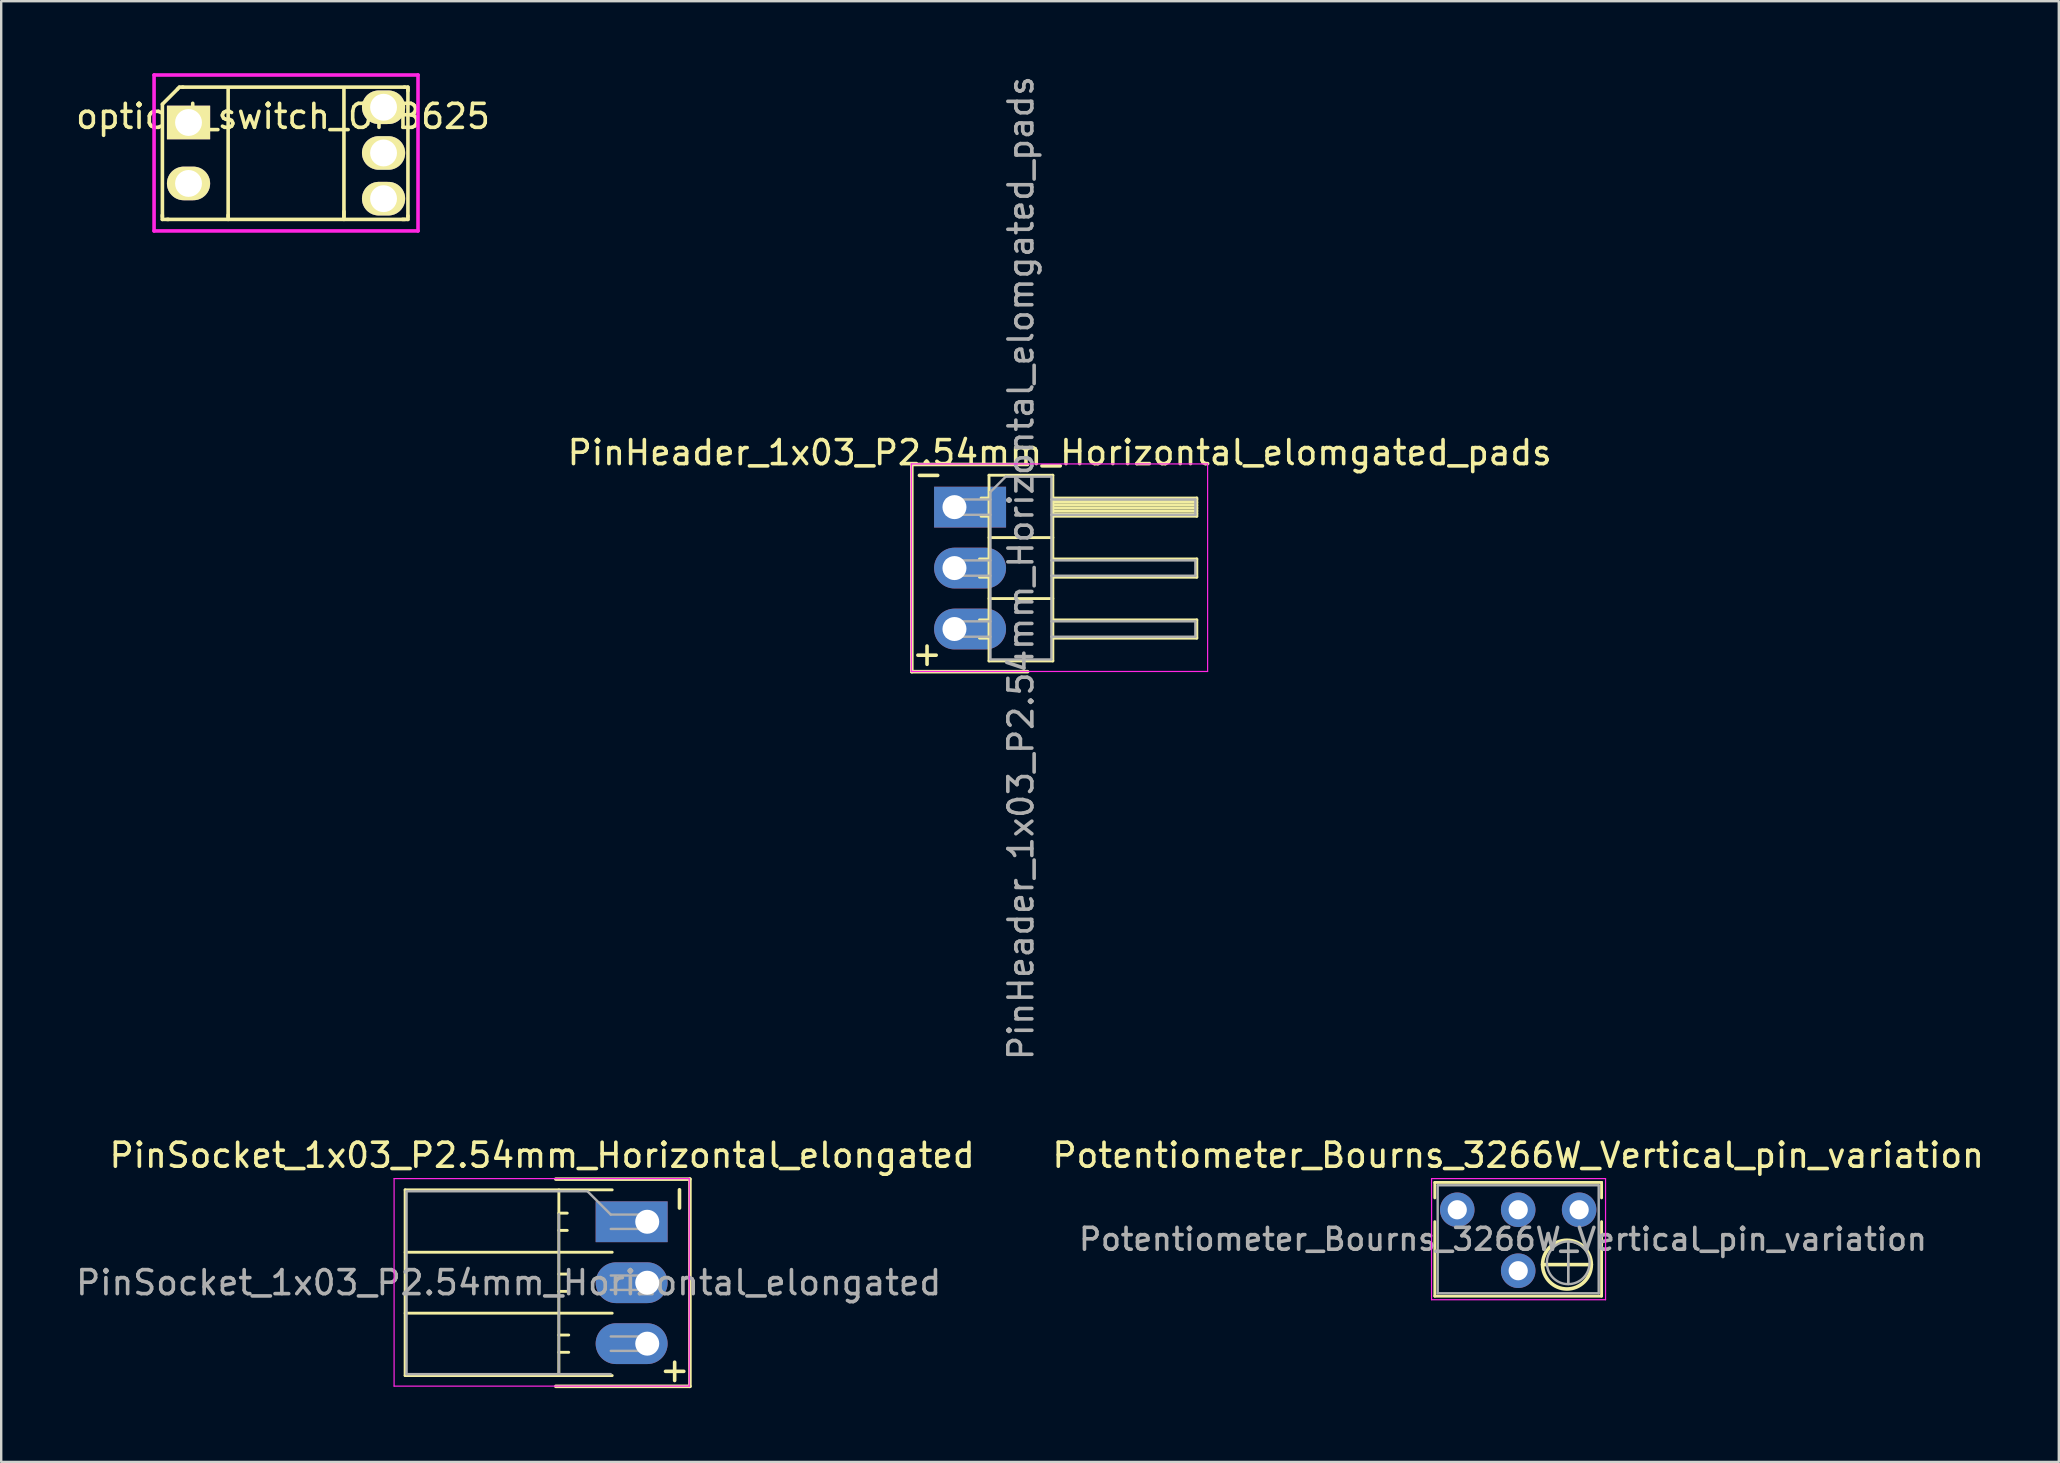
<source format=kicad_pcb>
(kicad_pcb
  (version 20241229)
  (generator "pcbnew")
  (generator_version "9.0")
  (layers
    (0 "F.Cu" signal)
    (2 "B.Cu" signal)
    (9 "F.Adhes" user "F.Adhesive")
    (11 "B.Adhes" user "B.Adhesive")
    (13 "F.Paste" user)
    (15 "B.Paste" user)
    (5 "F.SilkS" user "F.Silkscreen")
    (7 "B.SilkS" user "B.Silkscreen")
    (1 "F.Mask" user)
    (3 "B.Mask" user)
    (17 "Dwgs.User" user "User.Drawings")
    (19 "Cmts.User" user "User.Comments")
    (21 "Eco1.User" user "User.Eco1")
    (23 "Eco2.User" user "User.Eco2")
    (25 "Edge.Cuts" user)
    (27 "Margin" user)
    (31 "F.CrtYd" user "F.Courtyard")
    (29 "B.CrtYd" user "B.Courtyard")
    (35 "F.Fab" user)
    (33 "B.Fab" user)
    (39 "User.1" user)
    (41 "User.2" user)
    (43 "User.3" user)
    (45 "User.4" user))
  (footprint "Potentiometer_Bourns_3266W_Vertical_pin_variation"
    (layer "F.Cu")
    (at 62.762 47.368)
    (property "Reference" "Potentiometer_Bourns_3266W_Vertical_pin_variation" (at -2.54 -2.27 0) (layer "F.SilkS") (effects (font (size 1 1) (thickness 0.15))))
    (attr through_hole)
    (fp_line (start -6.015 -1.14) (end -6.015 -0.495) (stroke (width 0.12) (type solid)) (layer "F.SilkS"))
    (fp_line (start -6.015 -1.14) (end 0.935 -1.14) (stroke (width 0.12) (type solid)) (layer "F.SilkS"))
    (fp_line (start -6.015 0.495) (end -6.015 3.6) (stroke (width 0.12) (type solid)) (layer "F.SilkS"))
    (fp_line (start -6.015 3.6) (end 0.935 3.6) (stroke (width 0.12) (type solid)) (layer "F.SilkS"))
    (fp_line (start 0.508 2.286) (end -1.524 2.286) (stroke (width 0.15) (type solid)) (layer "F.SilkS"))
    (fp_line (start 0.935 -1.14) (end 0.935 -0.495) (stroke (width 0.12) (type solid)) (layer "F.SilkS"))
    (fp_line (start 0.935 0.495) (end 0.935 3.6) (stroke (width 0.12) (type solid)) (layer "F.SilkS"))
    (fp_circle (center -0.508 2.286) (end 0.508 2.286) (stroke (width 0.15) (type solid)) (fill no) (layer "F.SilkS"))
    (fp_line (start -6.15 -1.3) (end -6.15 3.75) (stroke (width 0.05) (type solid)) (layer "F.CrtYd"))
    (fp_line (start -6.15 3.75) (end 1.1 3.75) (stroke (width 0.05) (type solid)) (layer "F.CrtYd"))
    (fp_line (start 1.1 -1.3) (end -6.15 -1.3) (stroke (width 0.05) (type solid)) (layer "F.CrtYd"))
    (fp_line (start 1.1 3.75) (end 1.1 -1.3) (stroke (width 0.05) (type solid)) (layer "F.CrtYd"))
    (fp_line (start -5.895 -1.02) (end -5.895 3.48) (stroke (width 0.1) (type solid)) (layer "F.Fab"))
    (fp_line (start -5.895 3.48) (end 0.815 3.48) (stroke (width 0.1) (type solid)) (layer "F.Fab"))
    (fp_line (start -0.455 3.092) (end -0.454 1.329) (stroke (width 0.1) (type solid)) (layer "F.Fab"))
    (fp_line (start -0.455 3.092) (end -0.454 1.329) (stroke (width 0.1) (type solid)) (layer "F.Fab"))
    (fp_line (start 0.815 -1.02) (end -5.895 -1.02) (stroke (width 0.1) (type solid)) (layer "F.Fab"))
    (fp_line (start 0.815 3.48) (end 0.815 -1.02) (stroke (width 0.1) (type solid)) (layer "F.Fab"))
    (fp_circle (center -0.455 2.21) (end 0.435 2.21) (stroke (width 0.1) (type solid)) (fill no) (layer "F.Fab"))
    (fp_text user "${REFERENCE}" (at -3.175 1.23 0) (layer "F.Fab") (effects (font (size 0.91 0.91) (thickness 0.15))))
    (pad "1" thru_hole circle (at 0 0) (size 1.44 1.44) (drill 0.8) (layers "*.Cu" "*.Mask"))
    (pad "2" thru_hole circle (at -2.54 0) (size 1.44 1.44) (drill 0.8) (layers "*.Cu" "*.Mask"))
    (pad "2" thru_hole circle (at -2.54 2.54) (size 1.44 1.44) (drill 0.8) (layers "*.Cu" "*.Mask"))
    (pad "3" thru_hole circle (at -5.08 0) (size 1.44 1.44) (drill 0.8) (layers "*.Cu" "*.Mask")))
  (footprint "PinHeader_1x03_P2.54mm_Horizontal_elomgated_pads"
    (layer "F.Cu")
    (at 36.728 18.085)
    (property "Reference" "PinHeader_1x03_P2.54mm_Horizontal_elomgated_pads" (at 4.385 -2.27 0) (layer "F.SilkS") (effects (font (size 1 1) (thickness 0.15))))
    (attr through_hole)
    (fp_line (start -1.778 -1.778) (end -1.778 6.858) (stroke (width 0.15) (type solid)) (layer "F.SilkS"))
    (fp_line (start -1.778 6.858) (end 3.048 6.858) (stroke (width 0.15) (type solid)) (layer "F.SilkS"))
    (fp_line (start 1.043 2.16) (end 1.44 2.16) (stroke (width 0.12) (type solid)) (layer "F.SilkS"))
    (fp_line (start 1.043 2.92) (end 1.44 2.92) (stroke (width 0.12) (type solid)) (layer "F.SilkS"))
    (fp_line (start 1.043 4.7) (end 1.44 4.7) (stroke (width 0.12) (type solid)) (layer "F.SilkS"))
    (fp_line (start 1.043 5.46) (end 1.44 5.46) (stroke (width 0.12) (type solid)) (layer "F.SilkS"))
    (fp_line (start 1.11 -0.38) (end 1.44 -0.38) (stroke (width 0.12) (type solid)) (layer "F.SilkS"))
    (fp_line (start 1.11 0.38) (end 1.44 0.38) (stroke (width 0.12) (type solid)) (layer "F.SilkS"))
    (fp_line (start 1.44 -1.33) (end 1.44 6.41) (stroke (width 0.12) (type solid)) (layer "F.SilkS"))
    (fp_line (start 1.44 1.27) (end 4.1 1.27) (stroke (width 0.12) (type solid)) (layer "F.SilkS"))
    (fp_line (start 1.44 3.81) (end 4.1 3.81) (stroke (width 0.12) (type solid)) (layer "F.SilkS"))
    (fp_line (start 1.44 6.41) (end 4.1 6.41) (stroke (width 0.12) (type solid)) (layer "F.SilkS"))
    (fp_line (start 3.048 -1.778) (end -1.778 -1.778) (stroke (width 0.15) (type solid)) (layer "F.SilkS"))
    (fp_line (start 4.1 -1.33) (end 1.44 -1.33) (stroke (width 0.12) (type solid)) (layer "F.SilkS"))
    (fp_line (start 4.1 -0.38) (end 10.1 -0.38) (stroke (width 0.12) (type solid)) (layer "F.SilkS"))
    (fp_line (start 4.1 -0.32) (end 10.1 -0.32) (stroke (width 0.12) (type solid)) (layer "F.SilkS"))
    (fp_line (start 4.1 -0.2) (end 10.1 -0.2) (stroke (width 0.12) (type solid)) (layer "F.SilkS"))
    (fp_line (start 4.1 -0.08) (end 10.1 -0.08) (stroke (width 0.12) (type solid)) (layer "F.SilkS"))
    (fp_line (start 4.1 0.04) (end 10.1 0.04) (stroke (width 0.12) (type solid)) (layer "F.SilkS"))
    (fp_line (start 4.1 0.16) (end 10.1 0.16) (stroke (width 0.12) (type solid)) (layer "F.SilkS"))
    (fp_line (start 4.1 0.28) (end 10.1 0.28) (stroke (width 0.12) (type solid)) (layer "F.SilkS"))
    (fp_line (start 4.1 2.16) (end 10.1 2.16) (stroke (width 0.12) (type solid)) (layer "F.SilkS"))
    (fp_line (start 4.1 4.7) (end 10.1 4.7) (stroke (width 0.12) (type solid)) (layer "F.SilkS"))
    (fp_line (start 4.1 6.41) (end 4.1 -1.33) (stroke (width 0.12) (type solid)) (layer "F.SilkS"))
    (fp_line (start 10.1 -0.38) (end 10.1 0.38) (stroke (width 0.12) (type solid)) (layer "F.SilkS"))
    (fp_line (start 10.1 0.38) (end 4.1 0.38) (stroke (width 0.12) (type solid)) (layer "F.SilkS"))
    (fp_line (start 10.1 2.16) (end 10.1 2.92) (stroke (width 0.12) (type solid)) (layer "F.SilkS"))
    (fp_line (start 10.1 2.92) (end 4.1 2.92) (stroke (width 0.12) (type solid)) (layer "F.SilkS"))
    (fp_line (start 10.1 4.7) (end 10.1 5.46) (stroke (width 0.12) (type solid)) (layer "F.SilkS"))
    (fp_line (start 10.1 5.46) (end 4.1 5.46) (stroke (width 0.12) (type solid)) (layer "F.SilkS"))
    (fp_line (start -1.8 -1.8) (end -1.8 6.85) (stroke (width 0.05) (type solid)) (layer "F.CrtYd"))
    (fp_line (start -1.8 6.85) (end 10.55 6.85) (stroke (width 0.05) (type solid)) (layer "F.CrtYd"))
    (fp_line (start 10.55 -1.8) (end -1.8 -1.8) (stroke (width 0.05) (type solid)) (layer "F.CrtYd"))
    (fp_line (start 10.55 6.85) (end 10.55 -1.8) (stroke (width 0.05) (type solid)) (layer "F.CrtYd"))
    (fp_line (start -0.32 -0.32) (end -0.32 0.32) (stroke (width 0.1) (type solid)) (layer "F.Fab"))
    (fp_line (start -0.32 -0.32) (end 1.5 -0.32) (stroke (width 0.1) (type solid)) (layer "F.Fab"))
    (fp_line (start -0.32 0.32) (end 1.5 0.32) (stroke (width 0.1) (type solid)) (layer "F.Fab"))
    (fp_line (start -0.32 2.22) (end -0.32 2.86) (stroke (width 0.1) (type solid)) (layer "F.Fab"))
    (fp_line (start -0.32 2.22) (end 1.5 2.22) (stroke (width 0.1) (type solid)) (layer "F.Fab"))
    (fp_line (start -0.32 2.86) (end 1.5 2.86) (stroke (width 0.1) (type solid)) (layer "F.Fab"))
    (fp_line (start -0.32 4.76) (end -0.32 5.4) (stroke (width 0.1) (type solid)) (layer "F.Fab"))
    (fp_line (start -0.32 4.76) (end 1.5 4.76) (stroke (width 0.1) (type solid)) (layer "F.Fab"))
    (fp_line (start -0.32 5.4) (end 1.5 5.4) (stroke (width 0.1) (type solid)) (layer "F.Fab"))
    (fp_line (start 1.5 -0.635) (end 2.135 -1.27) (stroke (width 0.1) (type solid)) (layer "F.Fab"))
    (fp_line (start 1.5 6.35) (end 1.5 -0.635) (stroke (width 0.1) (type solid)) (layer "F.Fab"))
    (fp_line (start 2.135 -1.27) (end 4.04 -1.27) (stroke (width 0.1) (type solid)) (layer "F.Fab"))
    (fp_line (start 4.04 2.22) (end 10.04 2.22) (stroke (width 0.1) (type solid)) (layer "F.Fab"))
    (fp_line (start 4.04 6.35) (end 1.5 6.35) (stroke (width 0.1) (type solid)) (layer "F.Fab"))
    (fp_line (start 4.04 -1.27) (end 4.04 6.35) (stroke (width 0.1) (type solid)) (layer "F.Fab"))
    (fp_line (start 4.04 -0.32) (end 10.04 -0.32) (stroke (width 0.1) (type solid)) (layer "F.Fab"))
    (fp_line (start 4.04 0.32) (end 10.04 0.32) (stroke (width 0.1) (type solid)) (layer "F.Fab"))
    (fp_line (start 4.04 2.86) (end 10.04 2.86) (stroke (width 0.1) (type solid)) (layer "F.Fab"))
    (fp_line (start 4.04 4.76) (end 10.04 4.76) (stroke (width 0.1) (type solid)) (layer "F.Fab"))
    (fp_line (start 4.04 5.4) (end 10.04 5.4) (stroke (width 0.1) (type solid)) (layer "F.Fab"))
    (fp_line (start 10.04 -0.32) (end 10.04 0.32) (stroke (width 0.1) (type solid)) (layer "F.Fab"))
    (fp_line (start 10.04 2.22) (end 10.04 2.86) (stroke (width 0.1) (type solid)) (layer "F.Fab"))
    (fp_line (start 10.04 4.76) (end 10.04 5.4) (stroke (width 0.1) (type solid)) (layer "F.Fab"))
    (fp_text user "+" (at -1.143 6.096 0) (layer "F.SilkS") (effects (font (size 1 1) (thickness 0.15))))
    (fp_text user "-" (at -1.079 -1.397 0) (layer "F.SilkS") (effects (font (size 1 1) (thickness 0.15))))
    (fp_text user "${REFERENCE}" (at 2.77 2.54 90) (layer "F.Fab") (effects (font (size 1 1) (thickness 0.15))))
    (pad "1" thru_hole rect (at 0 0) (size 3 1.7) (drill 1 (offset 0.65 0)) (layers "*.Cu" "*.Mask"))
    (pad "2" thru_hole oval (at 0 2.54) (size 3 1.7) (drill 1 (offset 0.65 0)) (layers "*.Cu" "*.Mask"))
    (pad "3" thru_hole oval (at 0 5.08) (size 3 1.7) (drill 1 (offset 0.65 0)) (layers "*.Cu" "*.Mask")))
  (footprint "optical_switch_OPB625"
    (layer "F.Cu")
    (at 8.871 3.325)
    (property "Reference" "optical_switch_OPB625" (at -0.127 -1.524 0) (layer "F.SilkS") (effects (font (size 1 1) (thickness 0.15))))
    (attr through_hole)
    (fp_line (start -5.156 2.769) (end -5.156 2.591) (stroke (width 0.15) (type solid)) (layer "F.SilkS"))
    (fp_line (start -5.153 -2.032) (end -5.153 2.667) (stroke (width 0.15) (type solid)) (layer "F.SilkS"))
    (fp_line (start -4.902 2.769) (end -5.156 2.769) (stroke (width 0.15) (type solid)) (layer "F.SilkS"))
    (fp_line (start -4.521 -2.667) (end -4.445 -2.743) (stroke (width 0.15) (type solid)) (layer "F.SilkS"))
    (fp_line (start -4.518 -2.667) (end -5.153 -2.032) (stroke (width 0.15) (type solid)) (layer "F.SilkS"))
    (fp_line (start -4.445 -2.743) (end -4.293 -2.743) (stroke (width 0.15) (type solid)) (layer "F.SilkS"))
    (fp_line (start -4.318 -2.743) (end 4.953 -2.743) (stroke (width 0.15) (type solid)) (layer "F.SilkS"))
    (fp_line (start -2.413 -2.667) (end -2.413 2.667) (stroke (width 0.15) (type solid)) (layer "F.SilkS"))
    (fp_line (start -2.413 2.591) (end -2.413 2.769) (stroke (width 0.15) (type solid)) (layer "F.SilkS"))
    (fp_line (start 2.413 -2.667) (end 2.413 2.667) (stroke (width 0.15) (type solid)) (layer "F.SilkS"))
    (fp_line (start 2.413 2.438) (end 2.413 2.769) (stroke (width 0.15) (type solid)) (layer "F.SilkS"))
    (fp_line (start 4.851 2.769) (end 5.08 2.769) (stroke (width 0.15) (type solid)) (layer "F.SilkS"))
    (fp_line (start 4.928 -2.743) (end 5.08 -2.743) (stroke (width 0.15) (type solid)) (layer "F.SilkS"))
    (fp_line (start 4.953 2.769) (end -4.953 2.769) (stroke (width 0.15) (type solid)) (layer "F.SilkS"))
    (fp_line (start 5.08 -2.743) (end 5.08 -2.591) (stroke (width 0.15) (type solid)) (layer "F.SilkS"))
    (fp_line (start 5.08 -2.667) (end 5.08 2.667) (stroke (width 0.15) (type solid)) (layer "F.SilkS"))
    (fp_line (start 5.08 2.769) (end 5.08 2.616) (stroke (width 0.15) (type solid)) (layer "F.SilkS"))
    (fp_line (start -5.5 -3.25) (end -5.5 3.25) (stroke (width 0.15) (type solid)) (layer "F.CrtYd"))
    (fp_line (start -5.5 3.25) (end 5.5 3.25) (stroke (width 0.15) (type solid)) (layer "F.CrtYd"))
    (fp_line (start -4.318 -1.524) (end -3.81 -1.524) (stroke (width 0.15) (type solid)) (layer "F.CrtYd"))
    (fp_line (start -4.318 -1.016) (end -4.318 -1.524) (stroke (width 0.15) (type solid)) (layer "F.CrtYd"))
    (fp_line (start -4.318 1.016) (end -3.81 1.016) (stroke (width 0.15) (type solid)) (layer "F.CrtYd"))
    (fp_line (start -4.318 1.524) (end -4.318 1.016) (stroke (width 0.15) (type solid)) (layer "F.CrtYd"))
    (fp_line (start -3.81 -1.524) (end -3.81 -1.016) (stroke (width 0.15) (type solid)) (layer "F.CrtYd"))
    (fp_line (start -3.81 -1.016) (end -4.318 -1.016) (stroke (width 0.15) (type solid)) (layer "F.CrtYd"))
    (fp_line (start -3.81 1.016) (end -3.81 1.524) (stroke (width 0.15) (type solid)) (layer "F.CrtYd"))
    (fp_line (start -3.81 1.524) (end -4.318 1.524) (stroke (width 0.15) (type solid)) (layer "F.CrtYd"))
    (fp_line (start 3.81 -2.159) (end 4.318 -2.159) (stroke (width 0.15) (type solid)) (layer "F.CrtYd"))
    (fp_line (start 3.81 -1.651) (end 3.81 -2.159) (stroke (width 0.15) (type solid)) (layer "F.CrtYd"))
    (fp_line (start 3.81 -0.254) (end 4.318 -0.254) (stroke (width 0.15) (type solid)) (layer "F.CrtYd"))
    (fp_line (start 3.81 0.254) (end 3.81 -0.254) (stroke (width 0.15) (type solid)) (layer "F.CrtYd"))
    (fp_line (start 3.81 1.651) (end 4.318 1.651) (stroke (width 0.15) (type solid)) (layer "F.CrtYd"))
    (fp_line (start 3.81 2.159) (end 3.81 1.651) (stroke (width 0.15) (type solid)) (layer "F.CrtYd"))
    (fp_line (start 4.318 -2.159) (end 4.318 -1.651) (stroke (width 0.15) (type solid)) (layer "F.CrtYd"))
    (fp_line (start 4.318 -1.651) (end 3.81 -1.651) (stroke (width 0.15) (type solid)) (layer "F.CrtYd"))
    (fp_line (start 4.318 -0.254) (end 4.318 0.254) (stroke (width 0.15) (type solid)) (layer "F.CrtYd"))
    (fp_line (start 4.318 0.254) (end 3.81 0.254) (stroke (width 0.15) (type solid)) (layer "F.CrtYd"))
    (fp_line (start 4.318 1.651) (end 4.318 2.159) (stroke (width 0.15) (type solid)) (layer "F.CrtYd"))
    (fp_line (start 4.318 2.159) (end 3.81 2.159) (stroke (width 0.15) (type solid)) (layer "F.CrtYd"))
    (fp_line (start 5.5 -3.25) (end -5.5 -3.25) (stroke (width 0.15) (type solid)) (layer "F.CrtYd"))
    (fp_line (start 5.5 3.25) (end 5.5 -3.25) (stroke (width 0.15) (type solid)) (layer "F.CrtYd"))
    (pad "1" thru_hole rect (at -4.064 -1.27) (size 1.8 1.4) (drill 1.12) (layers "*.Cu" "*.Mask" "F.SilkS"))
    (pad "2" thru_hole oval (at -4.064 1.27) (size 1.8 1.4) (drill 1.12) (layers "*.Cu" "*.Mask" "F.SilkS"))
    (pad "3" thru_hole oval (at 4.064 1.905) (size 1.8 1.4) (drill 1.12) (layers "*.Cu" "*.Mask" "F.SilkS"))
    (pad "4" thru_hole oval (at 4.064 0) (size 1.8 1.4) (drill 1.12) (layers "*.Cu" "*.Mask" "F.SilkS"))
    (pad "5" thru_hole oval (at 4.064 -1.905) (size 1.8 1.4) (drill 1.12) (layers "*.Cu" "*.Mask" "F.SilkS")))
  (footprint "PinSocket_1x03_P2.54mm_Horizontal_elongated"
    (layer "F.Cu")
    (at 23.924 47.868)
    (property "Reference" "PinSocket_1x03_P2.54mm_Horizontal_elongated" (at -4.38 -2.77 0) (layer "F.SilkS") (effects (font (size 1 1) (thickness 0.15))))
    (attr through_hole)
    (fp_line (start -10.09 -1.33) (end -10.09 6.41) (stroke (width 0.12) (type solid)) (layer "F.SilkS"))
    (fp_line (start -10.09 -1.33) (end -1.46 -1.33) (stroke (width 0.12) (type solid)) (layer "F.SilkS"))
    (fp_line (start -10.09 1.27) (end -1.46 1.27) (stroke (width 0.12) (type solid)) (layer "F.SilkS"))
    (fp_line (start -10.09 3.81) (end -1.46 3.81) (stroke (width 0.12) (type solid)) (layer "F.SilkS"))
    (fp_line (start -10.09 6.41) (end -1.46 6.41) (stroke (width 0.12) (type solid)) (layer "F.SilkS"))
    (fp_line (start -3.81 -1.778) (end 1.778 -1.778) (stroke (width 0.15) (type solid)) (layer "F.SilkS"))
    (fp_line (start -3.683 -1.33) (end -3.683 6.41) (stroke (width 0.12) (type solid)) (layer "F.SilkS"))
    (fp_line (start -3.683 -0.36) (end -3.333 -0.36) (stroke (width 0.12) (type solid)) (layer "F.SilkS"))
    (fp_line (start -3.683 0.36) (end -3.333 0.36) (stroke (width 0.12) (type solid)) (layer "F.SilkS"))
    (fp_line (start -3.683 2.18) (end -3.272 2.18) (stroke (width 0.12) (type solid)) (layer "F.SilkS"))
    (fp_line (start -3.683 2.9) (end -3.272 2.9) (stroke (width 0.12) (type solid)) (layer "F.SilkS"))
    (fp_line (start -3.683 4.72) (end -3.272 4.72) (stroke (width 0.12) (type solid)) (layer "F.SilkS"))
    (fp_line (start -3.683 5.44) (end -3.272 5.44) (stroke (width 0.12) (type solid)) (layer "F.SilkS"))
    (fp_line (start 1.778 -1.778) (end 1.778 6.858) (stroke (width 0.15) (type solid)) (layer "F.SilkS"))
    (fp_line (start 1.778 6.858) (end -3.81 6.858) (stroke (width 0.15) (type solid)) (layer "F.SilkS"))
    (fp_line (start -10.55 -1.8) (end -10.55 6.85) (stroke (width 0.05) (type solid)) (layer "F.CrtYd"))
    (fp_line (start -10.55 6.85) (end 1.75 6.85) (stroke (width 0.05) (type solid)) (layer "F.CrtYd"))
    (fp_line (start 1.75 -1.8) (end -10.55 -1.8) (stroke (width 0.05) (type solid)) (layer "F.CrtYd"))
    (fp_line (start 1.75 6.85) (end 1.75 -1.8) (stroke (width 0.05) (type solid)) (layer "F.CrtYd"))
    (fp_line (start -10.03 -1.27) (end -2.49 -1.27) (stroke (width 0.1) (type solid)) (layer "F.Fab"))
    (fp_line (start -10.03 6.35) (end -10.03 -1.27) (stroke (width 0.1) (type solid)) (layer "F.Fab"))
    (fp_line (start -3.683 -0.318) (end -3.683 6.332) (stroke (width 0.1) (type solid)) (layer "F.Fab"))
    (fp_line (start -2.49 -1.27) (end -1.52 -0.3) (stroke (width 0.1) (type solid)) (layer "F.Fab"))
    (fp_line (start -1.52 0.3) (end 0 0.3) (stroke (width 0.1) (type solid)) (layer "F.Fab"))
    (fp_line (start -1.52 2.84) (end 0 2.84) (stroke (width 0.1) (type solid)) (layer "F.Fab"))
    (fp_line (start -1.52 5.38) (end 0 5.38) (stroke (width 0.1) (type solid)) (layer "F.Fab"))
    (fp_line (start -1.52 6.35) (end -10.03 6.35) (stroke (width 0.1) (type solid)) (layer "F.Fab"))
    (fp_line (start 0 -0.3) (end -1.52 -0.3) (stroke (width 0.1) (type solid)) (layer "F.Fab"))
    (fp_line (start 0 0.3) (end 0 -0.3) (stroke (width 0.1) (type solid)) (layer "F.Fab"))
    (fp_line (start 0 2.24) (end -1.52 2.24) (stroke (width 0.1) (type solid)) (layer "F.Fab"))
    (fp_line (start 0 2.84) (end 0 2.24) (stroke (width 0.1) (type solid)) (layer "F.Fab"))
    (fp_line (start 0 4.78) (end -1.52 4.78) (stroke (width 0.1) (type solid)) (layer "F.Fab"))
    (fp_line (start 0 5.38) (end 0 4.78) (stroke (width 0.1) (type solid)) (layer "F.Fab"))
    (fp_text user "+" (at 1.143 6.16 0) (layer "F.SilkS") (effects (font (size 1 1) (thickness 0.15))))
    (fp_text user "-" (at 1.27 -0.953 90) (layer "F.SilkS") (effects (font (size 1 1) (thickness 0.15))))
    (fp_text user "${REFERENCE}" (at -5.775 2.54 0) (layer "F.Fab") (effects (font (size 1 1) (thickness 0.15))))
    (pad "1" thru_hole rect (at 0 0) (size 3 1.7) (drill 1 (offset -0.65 0)) (layers "*.Cu" "*.Mask"))
    (pad "2" thru_hole oval (at 0 2.54) (size 3 1.7) (drill 1 (offset -0.65 0)) (layers "*.Cu" "*.Mask"))
    (pad "3" thru_hole oval (at 0 5.08) (size 3 1.7) (drill 1 (offset -0.65 0)) (layers "*.Cu" "*.Mask")))
  (gr_rect
    (start -3 -3)
    (end 82.752 57.876)
    (stroke (width 0.1) (type default))
    (fill no)
    (layer "Edge.Cuts")))
</source>
